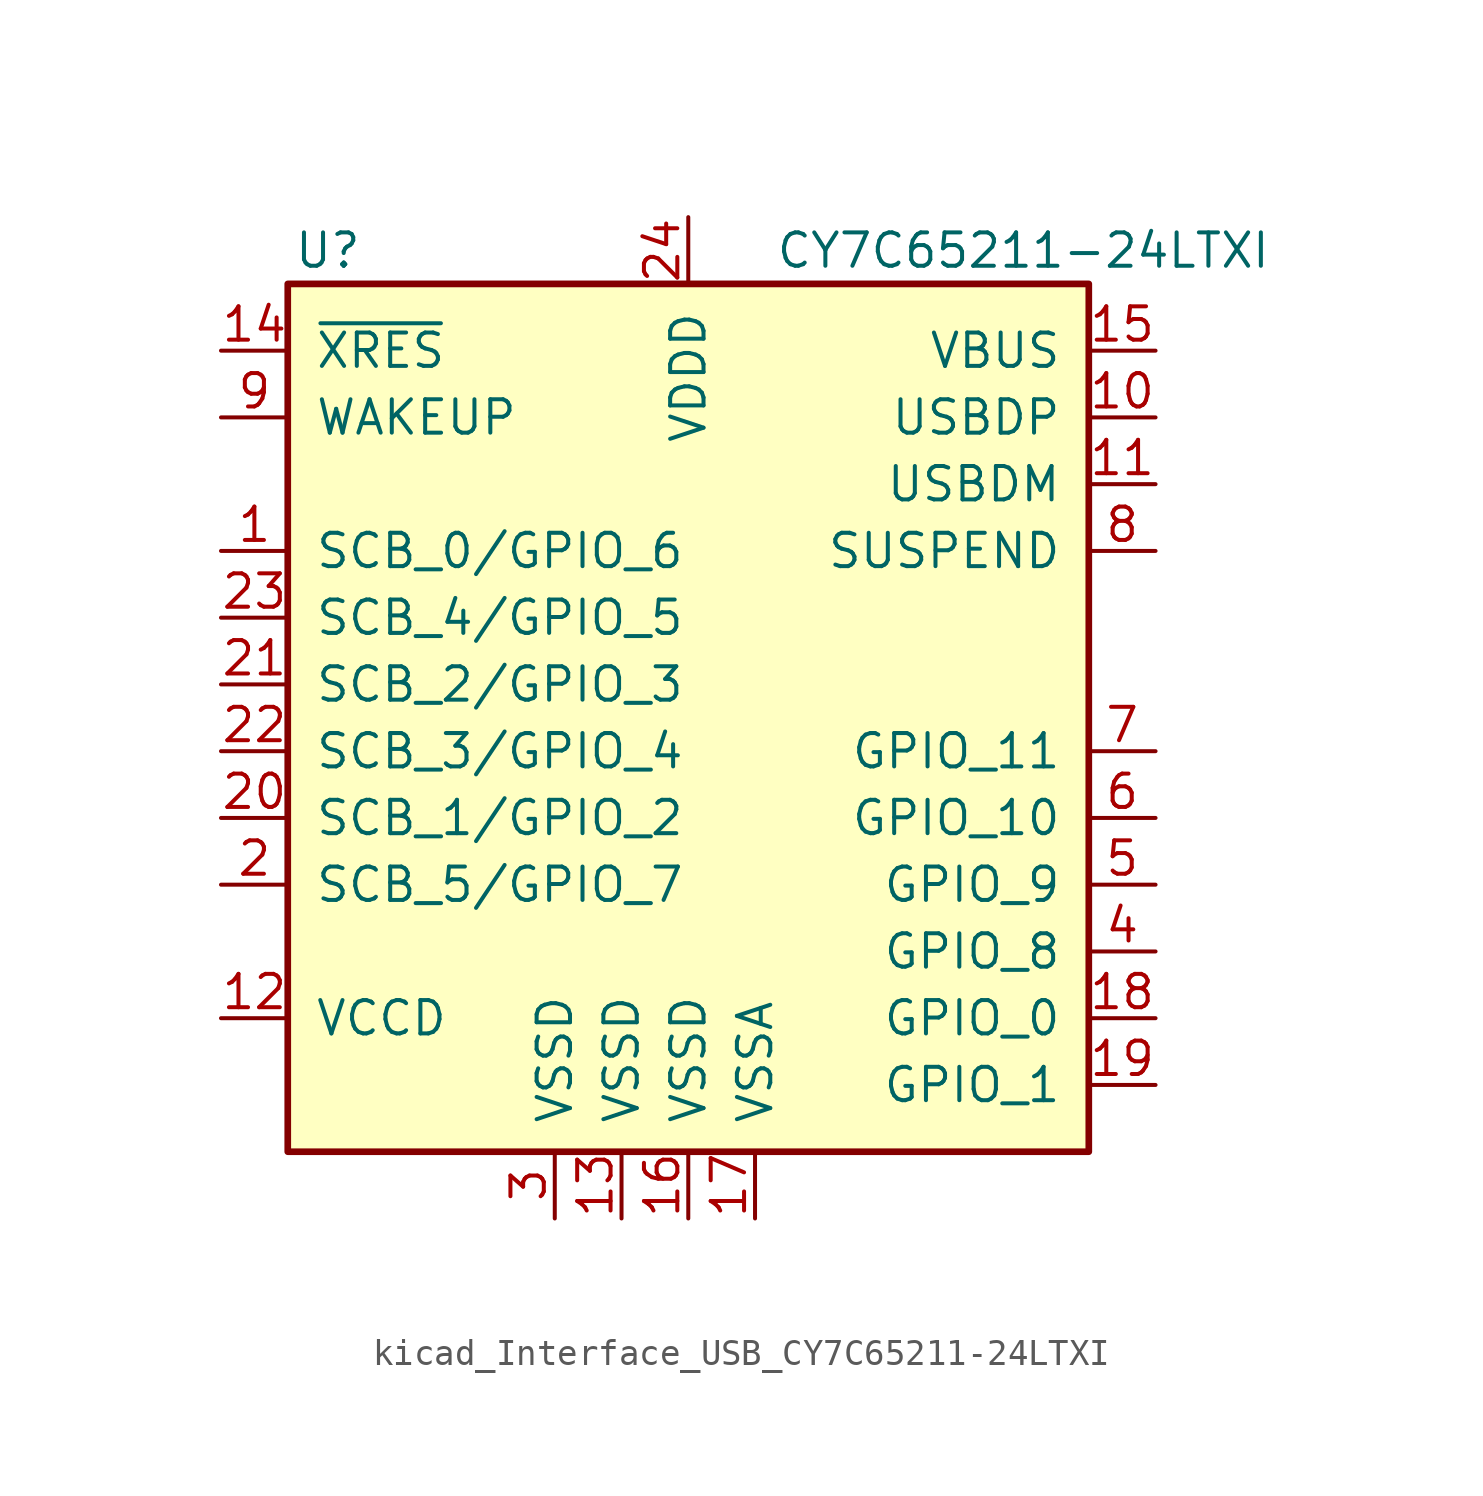
<source format=kicad_sym>
(kicad_symbol_lib
  (version 20220914)
  (generator kicad_symbol_editor)
  (symbol "kicad_Interface_USB_CY7C65211-24LTXI"
    (pin_names
      (offset 1.016))
    (property "Reference" "U"
      (at -13.716 16.51 0)
      (effects (font (size 1.27 1.27))))
    (property "Value" "CY7C65211-24LTXI"
      (at 3.302 16.51 0)
      (effects (font (size 1.27 1.27)) (justify left)))
    (symbol "kicad_Interface_USB_CY7C65211-24LTXI_0_1"
      (rectangle (start -15.24 15.24) (end 15.24 -17.78) (stroke (width 0.254) (type default)) (fill (type background))))
    (symbol "kicad_Interface_USB_CY7C65211-24LTXI_1_1"
      (pin bidirectional line (at -17.78 5.08 0) (length 2.54) (name "SCB_0/GPIO_6" (effects (font (size 1.27 1.27)))) (number "1" (effects (font (size 1.27 1.27)))))
      (pin bidirectional line (at 17.78 10.16 180) (length 2.54) (name "USBDP" (effects (font (size 1.27 1.27)))) (number "10" (effects (font (size 1.27 1.27)))))
      (pin bidirectional line (at 17.78 7.62 180) (length 2.54) (name "USBDM" (effects (font (size 1.27 1.27)))) (number "11" (effects (font (size 1.27 1.27)))))
      (pin power_in line (at -17.78 -12.7 0) (length 2.54) (name "VCCD" (effects (font (size 1.27 1.27)))) (number "12" (effects (font (size 1.27 1.27)))))
      (pin power_in line (at -2.54 -20.32 90) (length 2.54) (name "VSSD" (effects (font (size 1.27 1.27)))) (number "13" (effects (font (size 1.27 1.27)))))
      (pin input line (at -17.78 12.7 0) (length 2.54) (name "~{XRES}" (effects (font (size 1.27 1.27)))) (number "14" (effects (font (size 1.27 1.27)))))
      (pin power_out line (at 17.78 12.7 180) (length 2.54) (name "VBUS" (effects (font (size 1.27 1.27)))) (number "15" (effects (font (size 1.27 1.27)))))
      (pin power_in line (at 0 -20.32 90) (length 2.54) (name "VSSD" (effects (font (size 1.27 1.27)))) (number "16" (effects (font (size 1.27 1.27)))))
      (pin power_in line (at 2.54 -20.32 90) (length 2.54) (name "VSSA" (effects (font (size 1.27 1.27)))) (number "17" (effects (font (size 1.27 1.27)))))
      (pin tri_state line (at 17.78 -12.7 180) (length 2.54) (name "GPIO_0" (effects (font (size 1.27 1.27)))) (number "18" (effects (font (size 1.27 1.27)))))
      (pin tri_state line (at 17.78 -15.24 180) (length 2.54) (name "GPIO_1" (effects (font (size 1.27 1.27)))) (number "19" (effects (font (size 1.27 1.27)))))
      (pin bidirectional line (at -17.78 -7.62 0) (length 2.54) (name "SCB_5/GPIO_7" (effects (font (size 1.27 1.27)))) (number "2" (effects (font (size 1.27 1.27)))))
      (pin bidirectional line (at -17.78 -5.08 0) (length 2.54) (name "SCB_1/GPIO_2" (effects (font (size 1.27 1.27)))) (number "20" (effects (font (size 1.27 1.27)))))
      (pin bidirectional line (at -17.78 0 0) (length 2.54) (name "SCB_2/GPIO_3" (effects (font (size 1.27 1.27)))) (number "21" (effects (font (size 1.27 1.27)))))
      (pin bidirectional line (at -17.78 -2.54 0) (length 2.54) (name "SCB_3/GPIO_4" (effects (font (size 1.27 1.27)))) (number "22" (effects (font (size 1.27 1.27)))))
      (pin bidirectional line (at -17.78 2.54 0) (length 2.54) (name "SCB_4/GPIO_5" (effects (font (size 1.27 1.27)))) (number "23" (effects (font (size 1.27 1.27)))))
      (pin power_in line (at 0 17.78 270) (length 2.54) (name "VDDD" (effects (font (size 1.27 1.27)))) (number "24" (effects (font (size 1.27 1.27)))))
      (pin no_connect line (at -15.24 -15.24 0) (length 2.54) hide (name "1EP" (effects (font (size 1.27 1.27)))) (number "25" (effects (font (size 1.27 1.27)))))
      (pin power_in line (at -5.08 -20.32 90) (length 2.54) (name "VSSD" (effects (font (size 1.27 1.27)))) (number "3" (effects (font (size 1.27 1.27)))))
      (pin tri_state line (at 17.78 -10.16 180) (length 2.54) (name "GPIO_8" (effects (font (size 1.27 1.27)))) (number "4" (effects (font (size 1.27 1.27)))))
      (pin tri_state line (at 17.78 -7.62 180) (length 2.54) (name "GPIO_9" (effects (font (size 1.27 1.27)))) (number "5" (effects (font (size 1.27 1.27)))))
      (pin tri_state line (at 17.78 -5.08 180) (length 2.54) (name "GPIO_10" (effects (font (size 1.27 1.27)))) (number "6" (effects (font (size 1.27 1.27)))))
      (pin tri_state line (at 17.78 -2.54 180) (length 2.54) (name "GPIO_11" (effects (font (size 1.27 1.27)))) (number "7" (effects (font (size 1.27 1.27)))))
      (pin output line (at 17.78 5.08 180) (length 2.54) (name "SUSPEND" (effects (font (size 1.27 1.27)))) (number "8" (effects (font (size 1.27 1.27)))))
      (pin input line (at -17.78 10.16 0) (length 2.54) (name "WAKEUP" (effects (font (size 1.27 1.27)))) (number "9" (effects (font (size 1.27 1.27))))))))
</source>
